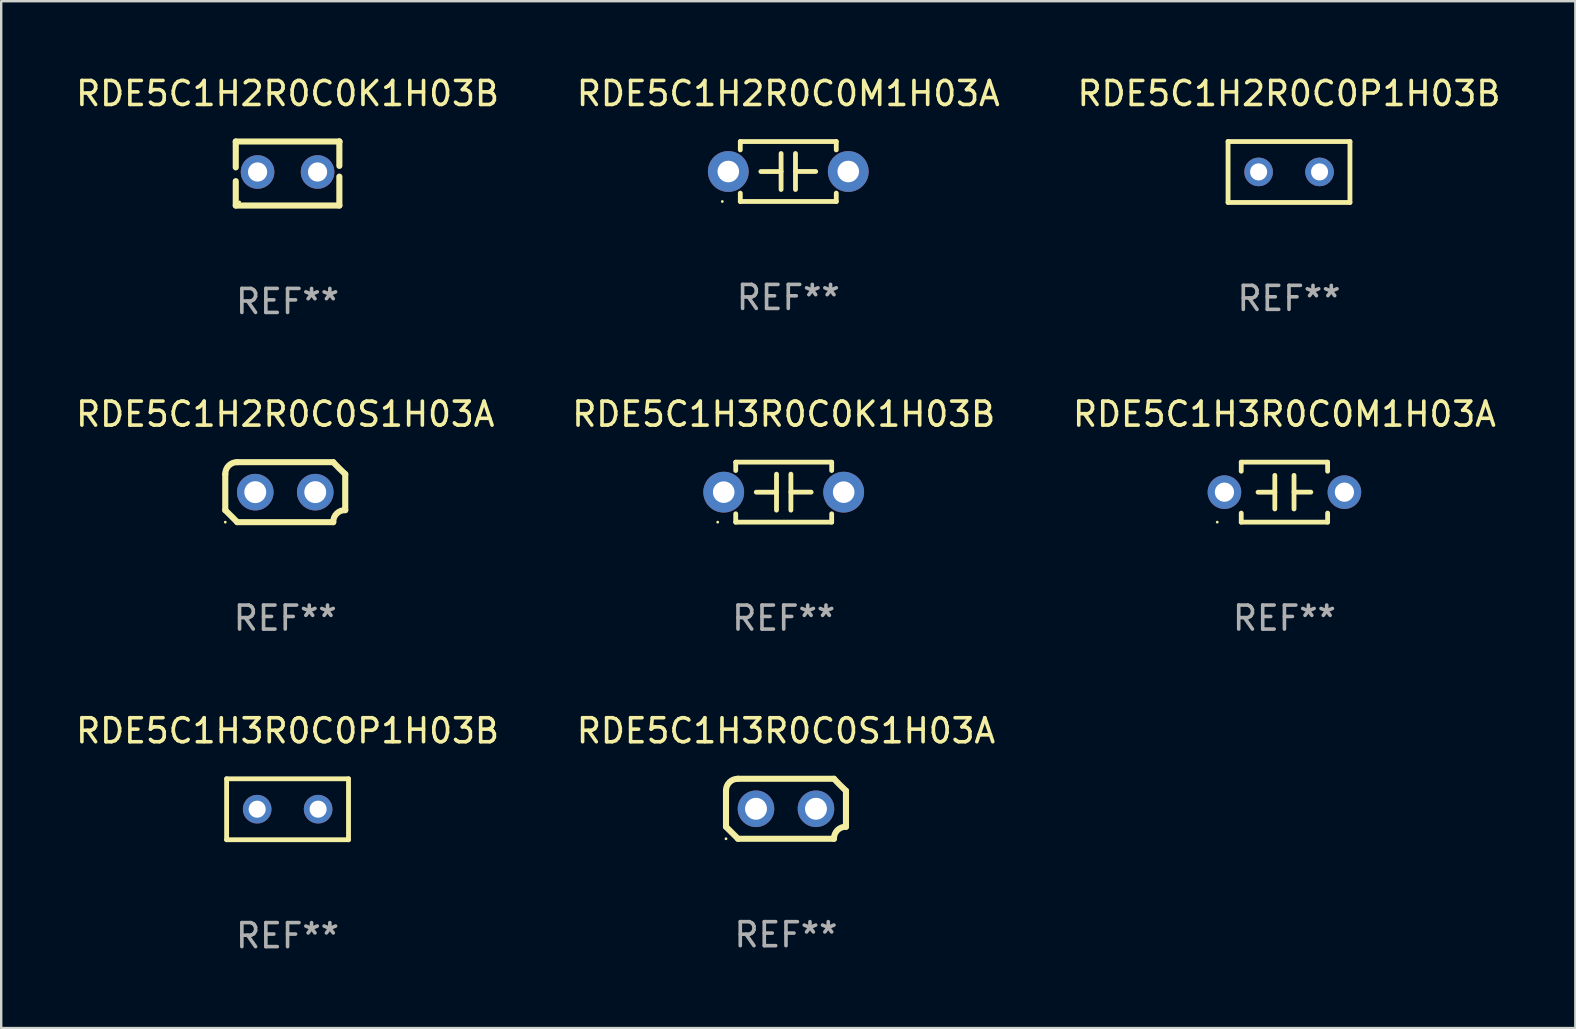
<source format=kicad_pcb>
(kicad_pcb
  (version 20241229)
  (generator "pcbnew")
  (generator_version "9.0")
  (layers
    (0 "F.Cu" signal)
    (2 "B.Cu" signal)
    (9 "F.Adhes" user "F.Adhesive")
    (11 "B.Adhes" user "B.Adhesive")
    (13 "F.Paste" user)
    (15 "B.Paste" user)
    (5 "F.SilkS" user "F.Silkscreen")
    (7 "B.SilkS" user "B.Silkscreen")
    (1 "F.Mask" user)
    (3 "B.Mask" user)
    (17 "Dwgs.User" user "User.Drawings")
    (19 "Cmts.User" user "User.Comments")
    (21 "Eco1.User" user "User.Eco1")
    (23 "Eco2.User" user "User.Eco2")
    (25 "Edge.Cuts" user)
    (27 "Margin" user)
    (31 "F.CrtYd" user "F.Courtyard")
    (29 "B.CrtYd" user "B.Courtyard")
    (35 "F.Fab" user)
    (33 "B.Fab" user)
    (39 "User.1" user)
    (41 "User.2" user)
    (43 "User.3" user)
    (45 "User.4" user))
  (footprint "RDE5C1H3R0C0M1H03A"
    (layer "F.Cu")
    (at 50.482 17.462)
    (property "Reference" "RDE5C1H3R0C0M1H03A" (at 0 -3.25 0) (layer "F.SilkS") (effects (font (size 1 1) (thickness 0.15))))
    (attr through_hole)
    (fp_line (start -1.8 -1.25) (end -1.8 -0.872) (stroke (width 0.2) (type solid)) (layer "F.SilkS"))
    (fp_line (start -1.8 -1.25) (end 1.8 -1.25) (stroke (width 0.2) (type solid)) (layer "F.SilkS"))
    (fp_line (start -1.8 0.872) (end -1.8 1.25) (stroke (width 0.2) (type solid)) (layer "F.SilkS"))
    (fp_line (start -1.8 1.25) (end 1.8 1.25) (stroke (width 0.2) (type solid)) (layer "F.SilkS"))
    (fp_line (start -0.4 -0.7) (end -0.4 0.7) (stroke (width 0.2) (type solid)) (layer "F.SilkS"))
    (fp_line (start -0.4 0.002) (end -1.1 0.002) (stroke (width 0.2) (type solid)) (layer "F.SilkS"))
    (fp_line (start 0.4 -0.001) (end 1.1 -0.001) (stroke (width 0.2) (type solid)) (layer "F.SilkS"))
    (fp_line (start 0.4 0.7) (end 0.4 -0.7) (stroke (width 0.2) (type solid)) (layer "F.SilkS"))
    (fp_line (start 1.8 -1.25) (end 1.8 -0.872) (stroke (width 0.2) (type solid)) (layer "F.SilkS"))
    (fp_line (start 1.8 0.872) (end 1.8 1.25) (stroke (width 0.2) (type solid)) (layer "F.SilkS"))
    (fp_circle (center -2.8 1.25) (end -2.77 1.25) (stroke (width 0.06) (type solid)) (fill no) (layer "F.SilkS"))
    (fp_text user "REF**" (at 0 5.25 0) (layer "F.Fab") (effects (font (size 1 1) (thickness 0.15))))
    (pad "1" thru_hole circle (at -2.5 0) (size 1.4 1.4) (drill 0.8) (layers "*.Cu" "*.Mask"))
    (pad "2" thru_hole circle (at 2.5 0) (size 1.4 1.4) (drill 0.8) (layers "*.Cu" "*.Mask")))
  (footprint "RDE5C1H3R0C0S1H03A"
    (layer "F.Cu")
    (at 29.708 30.658)
    (property "Reference" "RDE5C1H3R0C0S1H03A" (at 0 -3.25 0) (layer "F.SilkS") (effects (font (size 1 1) (thickness 0.15))))
    (attr through_hole)
    (fp_line (start -2.5 -0.75) (end -2.5 0.75) (stroke (width 0.254) (type solid)) (layer "F.SilkS"))
    (fp_line (start -2 -1.25) (end 2 -1.25) (stroke (width 0.254) (type solid)) (layer "F.SilkS"))
    (fp_line (start 2 1.25) (end -2 1.25) (stroke (width 0.254) (type solid)) (layer "F.SilkS"))
    (fp_line (start 2.5 0.75) (end 2.5 -0.75) (stroke (width 0.254) (type solid)) (layer "F.SilkS"))
    (fp_arc (start -2.5 0.749962) (mid -2.249559 0.999558) (end -1.99929 1.249325) (stroke (width 0.254001) (type solid)) (layer "F.SilkS"))
    (fp_arc (start -2.499366 -0.749302) (mid -2.356411 -1.106098) (end -2 -1.250013) (stroke (width 0.254001) (type solid)) (layer "F.SilkS"))
    (fp_arc (start 2 1.250013) (mid 2.142747 0.89301) (end 2.499364 0.749302) (stroke (width 0.254001) (type solid)) (layer "F.SilkS"))
    (fp_arc (start 2.5 -0.749962) (mid 2.245609 -0.995598) (end 1.999289 -1.249327) (stroke (width 0.254001) (type solid)) (layer "F.SilkS"))
    (fp_circle (center -2.5 1.25) (end -2.47 1.25) (stroke (width 0.06) (type solid)) (fill no) (layer "F.SilkS"))
    (fp_text user "REF**" (at 0 5.25 0) (layer "F.Fab") (effects (font (size 1 1) (thickness 0.15))))
    (pad "1" thru_hole circle (at -1.25 0) (size 1.524 1.524) (drill 0.914) (layers "*.Cu" "*.Mask"))
    (pad "2" thru_hole circle (at 1.25 0) (size 1.524 1.524) (drill 0.914) (layers "*.Cu" "*.Mask")))
  (footprint "RDE5C1H3R0C0P1H03B"
    (layer "F.Cu")
    (at 8.935 30.678)
    (property "Reference" "RDE5C1H3R0C0P1H03B" (at 0 -3.27 0) (layer "F.SilkS") (effects (font (size 1 1) (thickness 0.15))))
    (attr through_hole)
    (fp_line (start -2.54 -1.27) (end -2.54 1.27) (stroke (width 0.201) (type solid)) (layer "F.SilkS"))
    (fp_line (start -2.54 1.27) (end 2.54 1.27) (stroke (width 0.201) (type solid)) (layer "F.SilkS"))
    (fp_line (start 2.54 -1.27) (end -2.54 -1.27) (stroke (width 0.201) (type solid)) (layer "F.SilkS"))
    (fp_line (start 2.54 1.27) (end 2.54 -1.27) (stroke (width 0.201) (type solid)) (layer "F.SilkS"))
    (fp_circle (center -2.497 1.247) (end -2.467 1.247) (stroke (width 0.06) (type solid)) (fill no) (layer "F.SilkS"))
    (fp_text user "REF**" (at 0 5.27 0) (layer "F.Fab") (effects (font (size 1 1) (thickness 0.15))))
    (pad "1" thru_hole circle (at -1.267 -0.003) (size 1.194 1.194) (drill 0.711) (layers "*.Cu" "*.Mask"))
    (pad "2" thru_hole circle (at 1.273 -0.003) (size 1.194 1.194) (drill 0.711) (layers "*.Cu" "*.Mask")))
  (footprint "RDE5C1H2R0C0P1H03B"
    (layer "F.Cu")
    (at 50.673 4.118)
    (property "Reference" "RDE5C1H2R0C0P1H03B" (at 0 -3.27 0) (layer "F.SilkS") (effects (font (size 1 1) (thickness 0.15))))
    (attr through_hole)
    (fp_line (start -2.54 -1.27) (end -2.54 1.27) (stroke (width 0.201) (type solid)) (layer "F.SilkS"))
    (fp_line (start -2.54 1.27) (end 2.54 1.27) (stroke (width 0.201) (type solid)) (layer "F.SilkS"))
    (fp_line (start 2.54 -1.27) (end -2.54 -1.27) (stroke (width 0.201) (type solid)) (layer "F.SilkS"))
    (fp_line (start 2.54 1.27) (end 2.54 -1.27) (stroke (width 0.201) (type solid)) (layer "F.SilkS"))
    (fp_circle (center -2.497 1.247) (end -2.467 1.247) (stroke (width 0.06) (type solid)) (fill no) (layer "F.SilkS"))
    (fp_text user "REF**" (at 0 5.27 0) (layer "F.Fab") (effects (font (size 1 1) (thickness 0.15))))
    (pad "1" thru_hole circle (at -1.267 -0.003) (size 1.194 1.194) (drill 0.711) (layers "*.Cu" "*.Mask"))
    (pad "2" thru_hole circle (at 1.273 -0.003) (size 1.194 1.194) (drill 0.711) (layers "*.Cu" "*.Mask")))
  (footprint "RDE5C1H2R0C0M1H03A"
    (layer "F.Cu")
    (at 29.804 4.098)
    (property "Reference" "RDE5C1H2R0C0M1H03A" (at 0 -3.25 0) (layer "F.SilkS") (effects (font (size 1 1) (thickness 0.15))))
    (attr through_hole)
    (fp_line (start -2 -1.25) (end -2 -0.901) (stroke (width 0.2) (type solid)) (layer "F.SilkS"))
    (fp_line (start -2 -1.25) (end 2 -1.25) (stroke (width 0.2) (type solid)) (layer "F.SilkS"))
    (fp_line (start -2 0.901) (end -2 1.25) (stroke (width 0.2) (type solid)) (layer "F.SilkS"))
    (fp_line (start -0.3 -0.75) (end -0.3 0.75) (stroke (width 0.2) (type solid)) (layer "F.SilkS"))
    (fp_line (start -0.3 0.001) (end -1.143 0.001) (stroke (width 0.2) (type solid)) (layer "F.SilkS"))
    (fp_line (start 0.3 -0.001) (end 1.143 -0.001) (stroke (width 0.2) (type solid)) (layer "F.SilkS"))
    (fp_line (start 0.3 0.75) (end 0.3 -0.75) (stroke (width 0.2) (type solid)) (layer "F.SilkS"))
    (fp_line (start 2 -1.25) (end 2 -0.901) (stroke (width 0.2) (type solid)) (layer "F.SilkS"))
    (fp_line (start 2 0.901) (end 2 1.25) (stroke (width 0.2) (type solid)) (layer "F.SilkS"))
    (fp_line (start 2 1.25) (end -2 1.25) (stroke (width 0.2) (type solid)) (layer "F.SilkS"))
    (fp_circle (center -2.75 1.25) (end -2.72 1.25) (stroke (width 0.06) (type solid)) (fill no) (layer "F.SilkS"))
    (fp_text user "REF**" (at 0 5.25 0) (layer "F.Fab") (effects (font (size 1 1) (thickness 0.15))))
    (pad "1" thru_hole circle (at -2.5 0) (size 1.7 1.7) (drill 0.9) (layers "*.Cu" "*.Mask"))
    (pad "2" thru_hole circle (at 2.5 0) (size 1.7 1.7) (drill 0.9) (layers "*.Cu" "*.Mask")))
  (footprint "RDE5C1H3R0C0K1H03B"
    (layer "F.Cu")
    (at 29.613 17.462)
    (property "Reference" "RDE5C1H3R0C0K1H03B" (at 0 -3.25 0) (layer "F.SilkS") (effects (font (size 1 1) (thickness 0.15))))
    (attr through_hole)
    (fp_line (start -2 -1.25) (end -2 -0.901) (stroke (width 0.2) (type solid)) (layer "F.SilkS"))
    (fp_line (start -2 -1.25) (end 2 -1.25) (stroke (width 0.2) (type solid)) (layer "F.SilkS"))
    (fp_line (start -2 0.901) (end -2 1.25) (stroke (width 0.2) (type solid)) (layer "F.SilkS"))
    (fp_line (start -0.3 -0.75) (end -0.3 0.75) (stroke (width 0.2) (type solid)) (layer "F.SilkS"))
    (fp_line (start -0.3 0.001) (end -1.143 0.001) (stroke (width 0.2) (type solid)) (layer "F.SilkS"))
    (fp_line (start 0.3 -0.001) (end 1.143 -0.001) (stroke (width 0.2) (type solid)) (layer "F.SilkS"))
    (fp_line (start 0.3 0.75) (end 0.3 -0.75) (stroke (width 0.2) (type solid)) (layer "F.SilkS"))
    (fp_line (start 2 -1.25) (end 2 -0.901) (stroke (width 0.2) (type solid)) (layer "F.SilkS"))
    (fp_line (start 2 0.901) (end 2 1.25) (stroke (width 0.2) (type solid)) (layer "F.SilkS"))
    (fp_line (start 2 1.25) (end -2 1.25) (stroke (width 0.2) (type solid)) (layer "F.SilkS"))
    (fp_circle (center -2.75 1.25) (end -2.72 1.25) (stroke (width 0.06) (type solid)) (fill no) (layer "F.SilkS"))
    (fp_text user "REF**" (at 0 5.25 0) (layer "F.Fab") (effects (font (size 1 1) (thickness 0.15))))
    (pad "1" thru_hole circle (at -2.5 0) (size 1.7 1.7) (drill 0.9) (layers "*.Cu" "*.Mask"))
    (pad "2" thru_hole circle (at 2.5 0) (size 1.7 1.7) (drill 0.9) (layers "*.Cu" "*.Mask")))
  (footprint "RDE5C1H2R0C0K1H03B"
    (layer "F.Cu")
    (at 8.935 4.182)
    (property "Reference" "RDE5C1H2R0C0K1H03B" (at 0 -3.334 0) (layer "F.SilkS") (effects (font (size 1 1) (thickness 0.15))))
    (attr through_hole)
    (fp_line (start -2.159 -1.334) (end 2.159 -1.334) (stroke (width 0.254) (type solid)) (layer "F.SilkS"))
    (fp_line (start -2.159 -0.256) (end -2.159 -1.334) (stroke (width 0.254) (type solid)) (layer "F.SilkS"))
    (fp_line (start -2.159 1.334) (end -2.159 0.318) (stroke (width 0.254) (type solid)) (layer "F.SilkS"))
    (fp_line (start 2.159 -1.334) (end 2.159 -1.334) (stroke (width 0.254) (type solid)) (layer "F.SilkS"))
    (fp_line (start 2.159 -1.334) (end 2.159 -0.318) (stroke (width 0.254) (type solid)) (layer "F.SilkS"))
    (fp_line (start 2.159 0.129) (end 2.159 1.334) (stroke (width 0.254) (type solid)) (layer "F.SilkS"))
    (fp_line (start 2.159 1.334) (end -2.159 1.334) (stroke (width 0.254) (type solid)) (layer "F.SilkS"))
    (fp_circle (center -2 1.186) (end -1.97 1.186) (stroke (width 0.06) (type solid)) (fill no) (layer "F.SilkS"))
    (fp_text user "REF**" (at 0 5.334 0) (layer "F.Fab") (effects (font (size 1 1) (thickness 0.15))))
    (pad "1" thru_hole circle (at -1.25 -0.064) (size 1.4 1.4) (drill 0.8) (layers "*.Cu" "*.Mask"))
    (pad "2" thru_hole circle (at 1.25 -0.064) (size 1.4 1.4) (drill 0.8) (layers "*.Cu" "*.Mask")))
  (footprint "RDE5C1H2R0C0S1H03A"
    (layer "F.Cu")
    (at 8.839 17.462)
    (property "Reference" "RDE5C1H2R0C0S1H03A" (at 0 -3.25 0) (layer "F.SilkS") (effects (font (size 1 1) (thickness 0.15))))
    (attr through_hole)
    (fp_line (start -2.5 -0.75) (end -2.5 0.75) (stroke (width 0.254) (type solid)) (layer "F.SilkS"))
    (fp_line (start -2 -1.25) (end 2 -1.25) (stroke (width 0.254) (type solid)) (layer "F.SilkS"))
    (fp_line (start 2 1.25) (end -2 1.25) (stroke (width 0.254) (type solid)) (layer "F.SilkS"))
    (fp_line (start 2.5 0.75) (end 2.5 -0.75) (stroke (width 0.254) (type solid)) (layer "F.SilkS"))
    (fp_arc (start -2.5 0.749962) (mid -2.249559 0.999558) (end -1.99929 1.249325) (stroke (width 0.254001) (type solid)) (layer "F.SilkS"))
    (fp_arc (start -2.499366 -0.749302) (mid -2.356411 -1.106098) (end -2 -1.250013) (stroke (width 0.254001) (type solid)) (layer "F.SilkS"))
    (fp_arc (start 2 1.250013) (mid 2.142747 0.89301) (end 2.499364 0.749302) (stroke (width 0.254001) (type solid)) (layer "F.SilkS"))
    (fp_arc (start 2.5 -0.749962) (mid 2.245609 -0.995598) (end 1.999289 -1.249327) (stroke (width 0.254001) (type solid)) (layer "F.SilkS"))
    (fp_circle (center -2.5 1.25) (end -2.47 1.25) (stroke (width 0.06) (type solid)) (fill no) (layer "F.SilkS"))
    (fp_text user "REF**" (at 0 5.25 0) (layer "F.Fab") (effects (font (size 1 1) (thickness 0.15))))
    (pad "1" thru_hole circle (at -1.25 0) (size 1.524 1.524) (drill 0.914) (layers "*.Cu" "*.Mask"))
    (pad "2" thru_hole circle (at 1.25 0) (size 1.524 1.524) (drill 0.914) (layers "*.Cu" "*.Mask")))
  (gr_rect
    (start -3 -3)
    (end 62.607 39.797)
    (stroke (width 0.1) (type default))
    (fill no)
    (layer "Edge.Cuts")))
</source>
